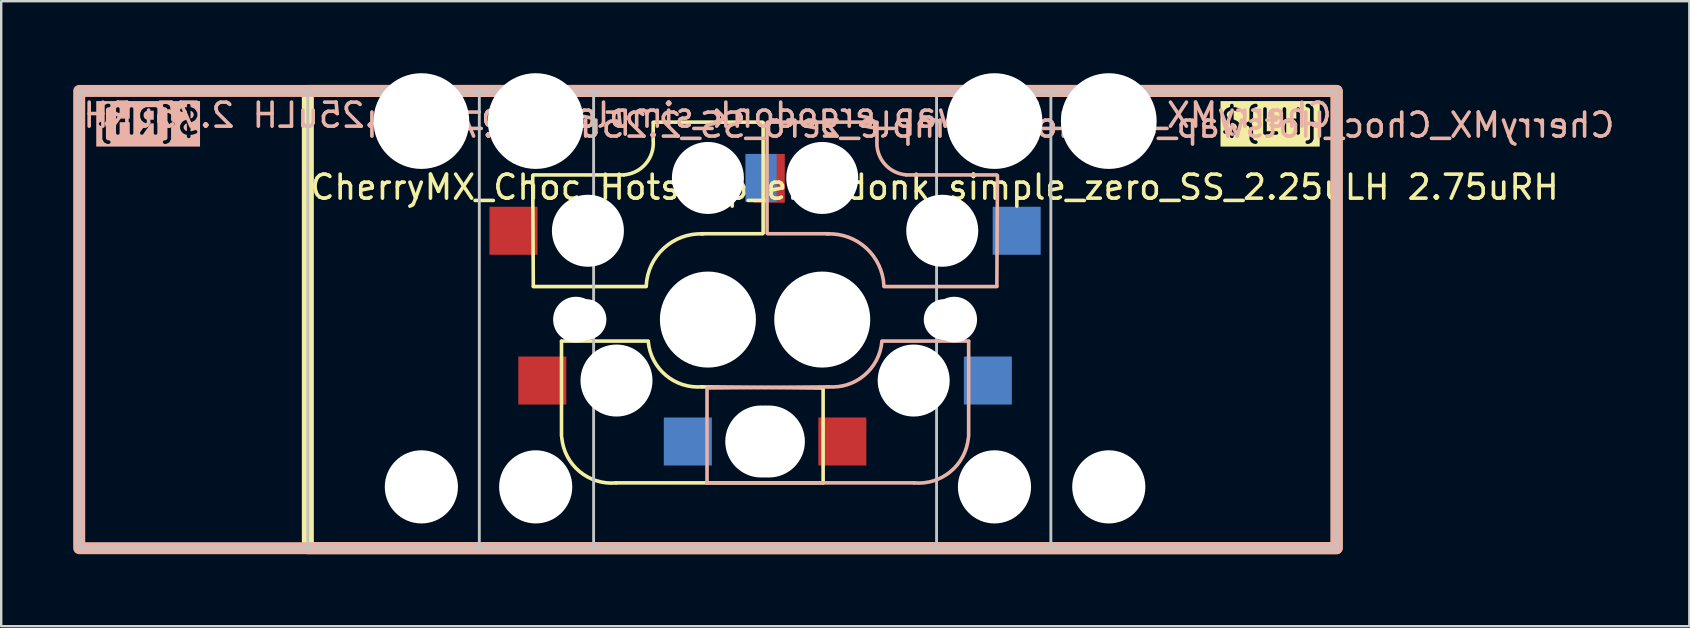
<source format=kicad_pcb>
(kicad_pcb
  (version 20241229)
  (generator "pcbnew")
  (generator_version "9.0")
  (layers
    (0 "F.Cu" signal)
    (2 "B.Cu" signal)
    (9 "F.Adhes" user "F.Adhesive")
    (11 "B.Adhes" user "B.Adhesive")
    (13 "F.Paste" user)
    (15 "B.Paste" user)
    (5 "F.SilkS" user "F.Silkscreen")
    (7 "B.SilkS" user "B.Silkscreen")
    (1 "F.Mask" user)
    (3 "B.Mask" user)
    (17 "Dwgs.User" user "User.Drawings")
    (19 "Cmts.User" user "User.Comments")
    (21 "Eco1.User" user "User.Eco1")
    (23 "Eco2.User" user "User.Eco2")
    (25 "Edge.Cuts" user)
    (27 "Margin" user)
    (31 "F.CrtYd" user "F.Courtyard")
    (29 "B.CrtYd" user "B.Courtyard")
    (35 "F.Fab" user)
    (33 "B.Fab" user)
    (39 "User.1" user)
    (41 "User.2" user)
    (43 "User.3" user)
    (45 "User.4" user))
  (footprint "CherryMX_Choc_Hotswap_ergodonk_simple_zero_SS_2.25uLH 2.75uRH"
    (layer "F.Cu")
    (at 31.206 9.585)
    (property "Reference" "CherryMX_Choc_Hotswap_ergodonk_simple_zero_SS_2.25uLH 2.75uRH" (at 7 -7.421 180) (layer "B.SilkS") (effects (font (size 1 1) (thickness 0.15)) (justify mirror)))
    (attr smd)
    (fp_line (start -12.037 -0.721) (end -12.062 -5.321) (stroke (width 0.15) (type solid)) (layer "F.SilkS"))
    (fp_line (start -10.863 1.575) (end -7.253 1.575) (stroke (width 0.15) (type solid)) (layer "F.SilkS"))
    (fp_line (start -10.863 5.529) (end -10.863 1.584) (stroke (width 0.15) (type solid)) (layer "F.SilkS"))
    (fp_line (start -8.262 -5.346) (end -12.037 -5.346) (stroke (width 0.15) (type solid)) (layer "F.SilkS"))
    (fp_line (start -7.338 -0.696) (end -12.037 -0.696) (stroke (width 0.15) (type solid)) (layer "F.SilkS"))
    (fp_line (start -7.043 -6.821) (end -7.043 -7.521) (stroke (width 0.15) (type solid)) (layer "F.SilkS"))
    (fp_line (start -2.487 -7.546) (end -7.037 -7.546) (stroke (width 0.15) (type solid)) (layer "F.SilkS"))
    (fp_line (start -2.487 -2.896) (end -5.037 -2.896) (stroke (width 0.15) (type solid)) (layer "F.SilkS"))
    (fp_line (start -2.462 -2.921) (end -2.462 -7.521) (stroke (width 0.15) (type solid)) (layer "F.SilkS"))
    (fp_line (start 0.037 3.529) (end -5.013 3.483) (stroke (width 0.15) (type solid)) (layer "F.SilkS"))
    (fp_line (start 0.037 3.575) (end 0.037 7.483) (stroke (width 0.15) (type solid)) (layer "F.SilkS"))
    (fp_line (start 0.037 7.483) (end -8.588 7.483) (stroke (width 0.15) (type solid)) (layer "F.SilkS"))
    (fp_rect (start -21.431 -8.846) (end 21.431 10.204) (stroke (width 0.5) (type default)) (fill no) (layer "F.SilkS"))
    (fp_arc (start -8.5875 7.4829) (mid -10.109689 7.00979) (end -10.8515 5.5989) (stroke (width 0.15) (type solid)) (layer "F.SilkS"))
    (fp_arc (start -7.3325 -0.7211) (mid -6.596922 -2.296943) (end -4.9625 -2.8911) (stroke (width 0.15) (type solid)) (layer "F.SilkS"))
    (fp_arc (start -7.0425 -6.7711) (mid -7.358408 -5.80843) (end -8.2625 -5.3511) (stroke (width 0.15) (type solid)) (layer "F.SilkS"))
    (fp_arc (start -4.9875 3.4789) (mid -6.506861 3.006961) (end -7.2475 1.5989) (stroke (width 0.15) (type solid)) (layer "F.SilkS"))
    (fp_line (start -4.8 3.529) (end 0.25 3.483) (stroke (width 0.15) (type solid)) (layer "B.SilkS"))
    (fp_line (start -4.8 3.575) (end -4.8 7.483) (stroke (width 0.15) (type solid)) (layer "B.SilkS"))
    (fp_line (start -4.8 7.483) (end 3.825 7.483) (stroke (width 0.15) (type solid)) (layer "B.SilkS"))
    (fp_line (start -2.3 -2.921) (end -2.3 -7.521) (stroke (width 0.15) (type solid)) (layer "B.SilkS"))
    (fp_line (start -2.275 -7.546) (end 2.275 -7.546) (stroke (width 0.15) (type solid)) (layer "B.SilkS"))
    (fp_line (start -2.275 -2.896) (end 0.275 -2.896) (stroke (width 0.15) (type solid)) (layer "B.SilkS"))
    (fp_line (start 2.28 -6.821) (end 2.28 -7.521) (stroke (width 0.15) (type solid)) (layer "B.SilkS"))
    (fp_line (start 2.575 -0.696) (end 7.275 -0.696) (stroke (width 0.15) (type solid)) (layer "B.SilkS"))
    (fp_line (start 3.5 -5.346) (end 7.275 -5.346) (stroke (width 0.15) (type solid)) (layer "B.SilkS"))
    (fp_line (start 6.1 1.575) (end 2.49 1.575) (stroke (width 0.15) (type solid)) (layer "B.SilkS"))
    (fp_line (start 6.1 5.529) (end 6.1 1.584) (stroke (width 0.15) (type solid)) (layer "B.SilkS"))
    (fp_line (start 7.275 -0.721) (end 7.3 -5.321) (stroke (width 0.15) (type solid)) (layer "B.SilkS"))
    (fp_rect (start -30.956 -8.846) (end 21.431 10.204) (stroke (width 0.5) (type default)) (fill no) (layer "B.SilkS"))
    (fp_arc (start 0.2 -2.8911) (mid 1.834422 -2.296943) (end 2.57 -0.7211) (stroke (width 0.15) (type solid)) (layer "B.SilkS"))
    (fp_arc (start 2.485 1.5989) (mid 1.744361 3.006961) (end 0.225 3.4789) (stroke (width 0.15) (type solid)) (layer "B.SilkS"))
    (fp_arc (start 3.5 -5.3511) (mid 2.595908 -5.80843) (end 2.28 -6.7711) (stroke (width 0.15) (type solid)) (layer "B.SilkS"))
    (fp_arc (start 6.089 5.5989) (mid 5.347189 7.00979) (end 3.825 7.4829) (stroke (width 0.15) (type solid)) (layer "B.SilkS"))
    (fp_rect (start -30.956 -8.846) (end 21.431 10.204) (stroke (width 0.12) (type default)) (fill no) (layer "Dwgs.User"))
    (fp_rect (start -21.431 -8.846) (end 21.431 10.204) (stroke (width 0.12) (type default)) (fill no) (layer "Dwgs.User"))
    (fp_rect (start -14.287 10.204) (end 4.763 -8.846) (stroke (width 0.12) (type default)) (fill no) (layer "Dwgs.User"))
    (fp_rect (start 9.525 10.204) (end -9.525 -8.846) (stroke (width 0.12) (type default)) (fill no) (layer "Dwgs.User"))
    (fp_line (start -13.762 -8.321) (end 4.237 -8.321) (stroke (width 0.15) (type solid)) (layer "Eco2.User"))
    (fp_line (start -13.762 9.679) (end -13.762 -8.321) (stroke (width 0.15) (type solid)) (layer "Eco2.User"))
    (fp_line (start -9 -8.321) (end -9 9.679) (stroke (width 0.15) (type solid)) (layer "Eco2.User"))
    (fp_line (start -9 9.679) (end 9 9.679) (stroke (width 0.15) (type solid)) (layer "Eco2.User"))
    (fp_line (start 4.237 -8.321) (end 4.237 9.679) (stroke (width 0.15) (type solid)) (layer "Eco2.User"))
    (fp_line (start 4.237 9.679) (end -13.762 9.679) (stroke (width 0.15) (type solid)) (layer "Eco2.User"))
    (fp_line (start 9 -8.321) (end -9 -8.321) (stroke (width 0.15) (type solid)) (layer "Eco2.User"))
    (fp_line (start 9 9.679) (end 9 -8.321) (stroke (width 0.15) (type solid)) (layer "Eco2.User"))
    (fp_rect (start 2.237 7.679) (end -11.762 -6.321) (stroke (width 0.12) (type default)) (fill no) (layer "User.4"))
    (fp_rect (start 7 7.679) (end -7 -6.321) (stroke (width 0.12) (type default)) (fill no) (layer "User.4"))
    (fp_text user "${LH}" (at 20.83 -7.55 0) (unlocked yes) (layer "F.SilkS" knockout) (effects (font (size 1 1) (thickness 0.15)) (justify right)))
    (fp_text user "${REFERENCE}" (at -21.42 -4.25 0) (layer "F.SilkS") (effects (font (size 1 1) (thickness 0.15)) (justify left bottom)))
    (fp_text user "${REFERENCE}" (at 21.32 -7.25 0) (unlocked yes) (layer "B.SilkS") (effects (font (size 1 1) (thickness 0.15)) (justify left bottom mirror)))
    (fp_text user "${RH}" (at -30.35 -7.55 0) (unlocked yes) (layer "B.SilkS" knockout) (effects (font (size 1 1) (thickness 0.15)) (justify right mirror)))
    (pad "" np_thru_hole circle (at -16.701 -7.591) (size 3.988 3.988) (drill 3.988) (layers "*.Cu" "*.Mask"))
    (pad "" np_thru_hole circle (at -16.701 7.649) (size 3.048 3.048) (drill 3.048) (layers "*.Cu" "*.Mask"))
    (pad "" np_thru_hole circle (at -11.938 -7.591) (size 3.988 3.988) (drill 3.988) (layers "*.Cu" "*.Mask"))
    (pad "" np_thru_hole circle (at -11.938 7.649) (size 3.048 3.048) (drill 3.048) (layers "*.Cu" "*.Mask"))
    (pad "" np_thru_hole circle (at -10.262 0.679 270) (size 1.9 1.9) (drill 1.9) (layers "*.Cu" "*.Mask"))
    (pad "" np_thru_hole circle (at -9.842 0.679 180) (size 1.7 1.7) (drill 1.7) (layers "*.Cu" "*.Mask"))
    (pad "" np_thru_hole circle (at -9.762 -3.021 90) (size 3 3) (drill 3) (layers "*.Cu" "*.Mask"))
    (pad "" np_thru_hole circle (at -8.572 3.219) (size 3 3) (drill 3) (layers "*.Cu" "*.Mask"))
    (pad "" np_thru_hole circle (at -5.5 0.679 90) (size 1.9 1.9) (drill 1.9) (layers "*.Cu" "*.Mask"))
    (pad "" np_thru_hole circle (at -5.08 0.679 180) (size 1.7 1.7) (drill 1.7) (layers "*.Cu" "*.Mask"))
    (pad "" np_thru_hole circle (at -4.763 -5.221 270) (size 3 3) (drill 3) (layers "*.Cu" "*.Mask"))
    (pad "" np_thru_hole circle (at -4.763 0.679 270) (size 4 4) (drill 4) (layers "*.Cu" "*.Mask"))
    (pad "" np_thru_hole circle (at -2.54 5.759) (size 3 3) (drill 3) (layers "*.Cu" "*.Mask"))
    (pad "" np_thru_hole circle (at -2.223 5.759) (size 3 3) (drill 3) (layers "*.Cu" "*.Mask"))
    (pad "" np_thru_hole circle (at 0 -5.221 90) (size 3 3) (drill 3) (layers "*.Cu" "*.Mask"))
    (pad "" np_thru_hole circle (at 0 0.679 90) (size 4 4) (drill 4) (layers "*.Cu" "*.Mask"))
    (pad "" np_thru_hole circle (at 0.318 0.679 180) (size 1.7 1.7) (drill 1.7) (layers "*.Cu" "*.Mask"))
    (pad "" np_thru_hole circle (at 0.738 0.679 270) (size 1.9 1.9) (drill 1.9) (layers "*.Cu" "*.Mask"))
    (pad "" np_thru_hole circle (at 3.81 3.219) (size 3 3) (drill 3) (layers "*.Cu" "*.Mask"))
    (pad "" np_thru_hole circle (at 5 -3.021 270) (size 3 3) (drill 3) (layers "*.Cu" "*.Mask"))
    (pad "" np_thru_hole circle (at 5.08 0.679 180) (size 1.7 1.7) (drill 1.7) (layers "*.Cu" "*.Mask"))
    (pad "" np_thru_hole circle (at 5.5 0.679 90) (size 1.9 1.9) (drill 1.9) (layers "*.Cu" "*.Mask"))
    (pad "" np_thru_hole circle (at 7.176 -7.591) (size 3.988 3.988) (drill 3.988) (layers "*.Cu" "*.Mask"))
    (pad "" np_thru_hole circle (at 7.176 7.649) (size 3.048 3.048) (drill 3.048) (layers "*.Cu" "*.Mask"))
    (pad "" np_thru_hole circle (at 11.938 -7.591) (size 3.988 3.988) (drill 3.988) (layers "*.Cu" "*.Mask"))
    (pad "" np_thru_hole circle (at 11.938 7.649) (size 3.048 3.048) (drill 3.048) (layers "*.Cu" "*.Mask"))
    (pad "5" smd rect (at -11.662 3.219) (size 2 2) (layers "F.Cu" "F.Mask" "F.Paste"))
    (pad "5" smd rect (at -5.6 5.759) (size 2 2) (layers "B.Cu" "B.Mask" "B.Paste"))
    (pad "5" smd rect (at -2.55 -5.221) (size 1.3 2) (layers "B.Cu" "B.Mask" "B.Paste"))
    (pad "5" smd rect (at -2.211 -5.206) (size 1.302 2.031) (layers "F.Cu" "F.Mask" "F.Paste"))
    (pad "6" smd rect (at -12.863 -3.021) (size 2 2) (layers "F.Cu" "F.Mask" "F.Paste"))
    (pad "6" smd rect (at 0.838 5.759) (size 2 2) (layers "F.Cu" "F.Mask" "F.Paste"))
    (pad "6" smd rect (at 6.9 3.219) (size 2 2) (layers "B.Cu" "B.Mask" "B.Paste"))
    (pad "6" smd rect (at 8.1 -3.021) (size 2 2) (layers "B.Cu" "B.Mask" "B.Paste")))
  (gr_rect
    (start -3 -3)
    (end 67.331 23.039)
    (stroke (width 0.1) (type default))
    (fill no)
    (layer "Edge.Cuts")))
</source>
